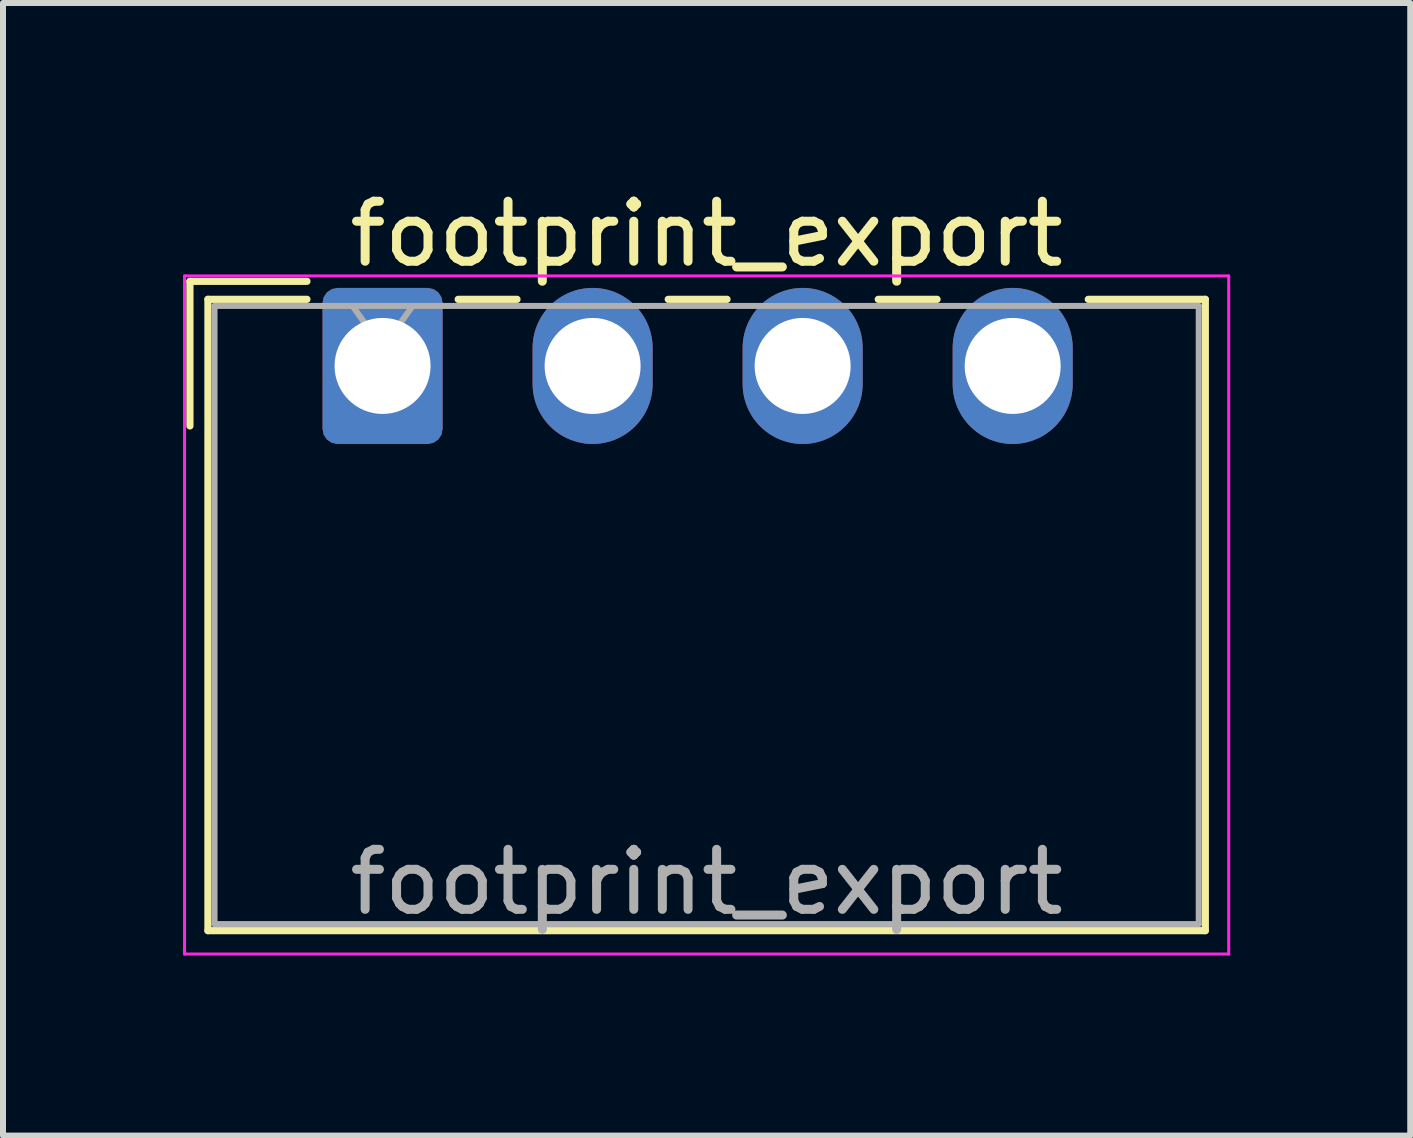
<source format=kicad_pcb>
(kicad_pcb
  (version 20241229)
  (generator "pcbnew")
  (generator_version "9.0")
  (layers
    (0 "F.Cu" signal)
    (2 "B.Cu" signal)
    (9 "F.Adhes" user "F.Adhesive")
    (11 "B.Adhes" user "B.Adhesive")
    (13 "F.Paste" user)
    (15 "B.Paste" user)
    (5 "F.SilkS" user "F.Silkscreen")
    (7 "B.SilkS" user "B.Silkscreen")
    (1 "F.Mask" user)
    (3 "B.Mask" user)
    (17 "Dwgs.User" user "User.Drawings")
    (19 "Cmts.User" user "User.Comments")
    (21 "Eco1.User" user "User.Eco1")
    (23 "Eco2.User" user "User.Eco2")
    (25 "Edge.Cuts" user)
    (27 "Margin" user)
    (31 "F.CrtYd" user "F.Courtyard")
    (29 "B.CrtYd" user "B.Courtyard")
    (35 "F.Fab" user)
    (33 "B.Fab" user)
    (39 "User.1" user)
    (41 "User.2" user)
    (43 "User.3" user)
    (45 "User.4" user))
  (footprint "footprint_export"
    (layer "F.Cu")
    (at 3.325 3.048)
    (property "Reference" "footprint_export" (at 5.4 -2.2 0) (layer "F.SilkS") (effects (font (size 1 1) (thickness 0.15))))
    (attr through_hole)
    (fp_line (start -3.21 -1.41) (end -1.26 -1.41) (stroke (width 0.12) (type solid)) (layer "F.SilkS"))
    (fp_line (start -3.21 1) (end -3.21 -1.41) (stroke (width 0.12) (type solid)) (layer "F.SilkS"))
    (fp_line (start -2.91 -1.11) (end -2.91 9.41) (stroke (width 0.12) (type solid)) (layer "F.SilkS"))
    (fp_line (start -2.91 9.41) (end 13.71 9.41) (stroke (width 0.12) (type solid)) (layer "F.SilkS"))
    (fp_line (start -1.26 -1.11) (end -2.91 -1.11) (stroke (width 0.12) (type solid)) (layer "F.SilkS"))
    (fp_line (start 1.26 -1.11) (end 2.24 -1.11) (stroke (width 0.12) (type solid)) (layer "F.SilkS"))
    (fp_line (start 4.76 -1.11) (end 5.74 -1.11) (stroke (width 0.12) (type solid)) (layer "F.SilkS"))
    (fp_line (start 8.26 -1.11) (end 9.24 -1.11) (stroke (width 0.12) (type solid)) (layer "F.SilkS"))
    (fp_line (start 13.71 -1.11) (end 11.76 -1.11) (stroke (width 0.12) (type solid)) (layer "F.SilkS"))
    (fp_line (start 13.71 9.41) (end 13.71 -1.11) (stroke (width 0.12) (type solid)) (layer "F.SilkS"))
    (fp_line (start -3.3 -1.5) (end -3.3 9.8) (stroke (width 0.05) (type solid)) (layer "F.CrtYd"))
    (fp_line (start -3.3 9.8) (end 14.1 9.8) (stroke (width 0.05) (type solid)) (layer "F.CrtYd"))
    (fp_line (start 14.1 -1.5) (end -3.3 -1.5) (stroke (width 0.05) (type solid)) (layer "F.CrtYd"))
    (fp_line (start 14.1 9.8) (end 14.1 -1.5) (stroke (width 0.05) (type solid)) (layer "F.CrtYd"))
    (fp_line (start -2.8 -1) (end -2.8 9.3) (stroke (width 0.1) (type solid)) (layer "F.Fab"))
    (fp_line (start -2.8 9.3) (end 13.6 9.3) (stroke (width 0.1) (type solid)) (layer "F.Fab"))
    (fp_line (start -0.5 -1) (end 0 -0.293) (stroke (width 0.1) (type solid)) (layer "F.Fab"))
    (fp_line (start 0 -0.293) (end 0.5 -1) (stroke (width 0.1) (type solid)) (layer "F.Fab"))
    (fp_line (start 13.6 -1) (end -2.8 -1) (stroke (width 0.1) (type solid)) (layer "F.Fab"))
    (fp_line (start 13.6 9.3) (end 13.6 -1) (stroke (width 0.1) (type solid)) (layer "F.Fab"))
    (fp_text user "${REFERENCE}" (at 5.4 8.6 0) (layer "F.Fab") (effects (font (size 1 1) (thickness 0.15))))
    (pad "1" thru_hole roundrect (at 0 0) (size 2 2.6) (drill 1.6) (layers "*.Cu" "*.Mask") (roundrect_rratio 0.125))
    (pad "2" thru_hole oval (at 3.5 0) (size 2 2.6) (drill 1.6) (layers "*.Cu" "*.Mask"))
    (pad "3" thru_hole oval (at 7 0) (size 2 2.6) (drill 1.6) (layers "*.Cu" "*.Mask"))
    (pad "4" thru_hole oval (at 10.5 0) (size 2 2.6) (drill 1.6) (layers "*.Cu" "*.Mask")))
  (gr_rect
    (start -3 -3)
    (end 20.45 15.873)
    (stroke (width 0.1) (type default))
    (fill no)
    (layer "Edge.Cuts")))
</source>
